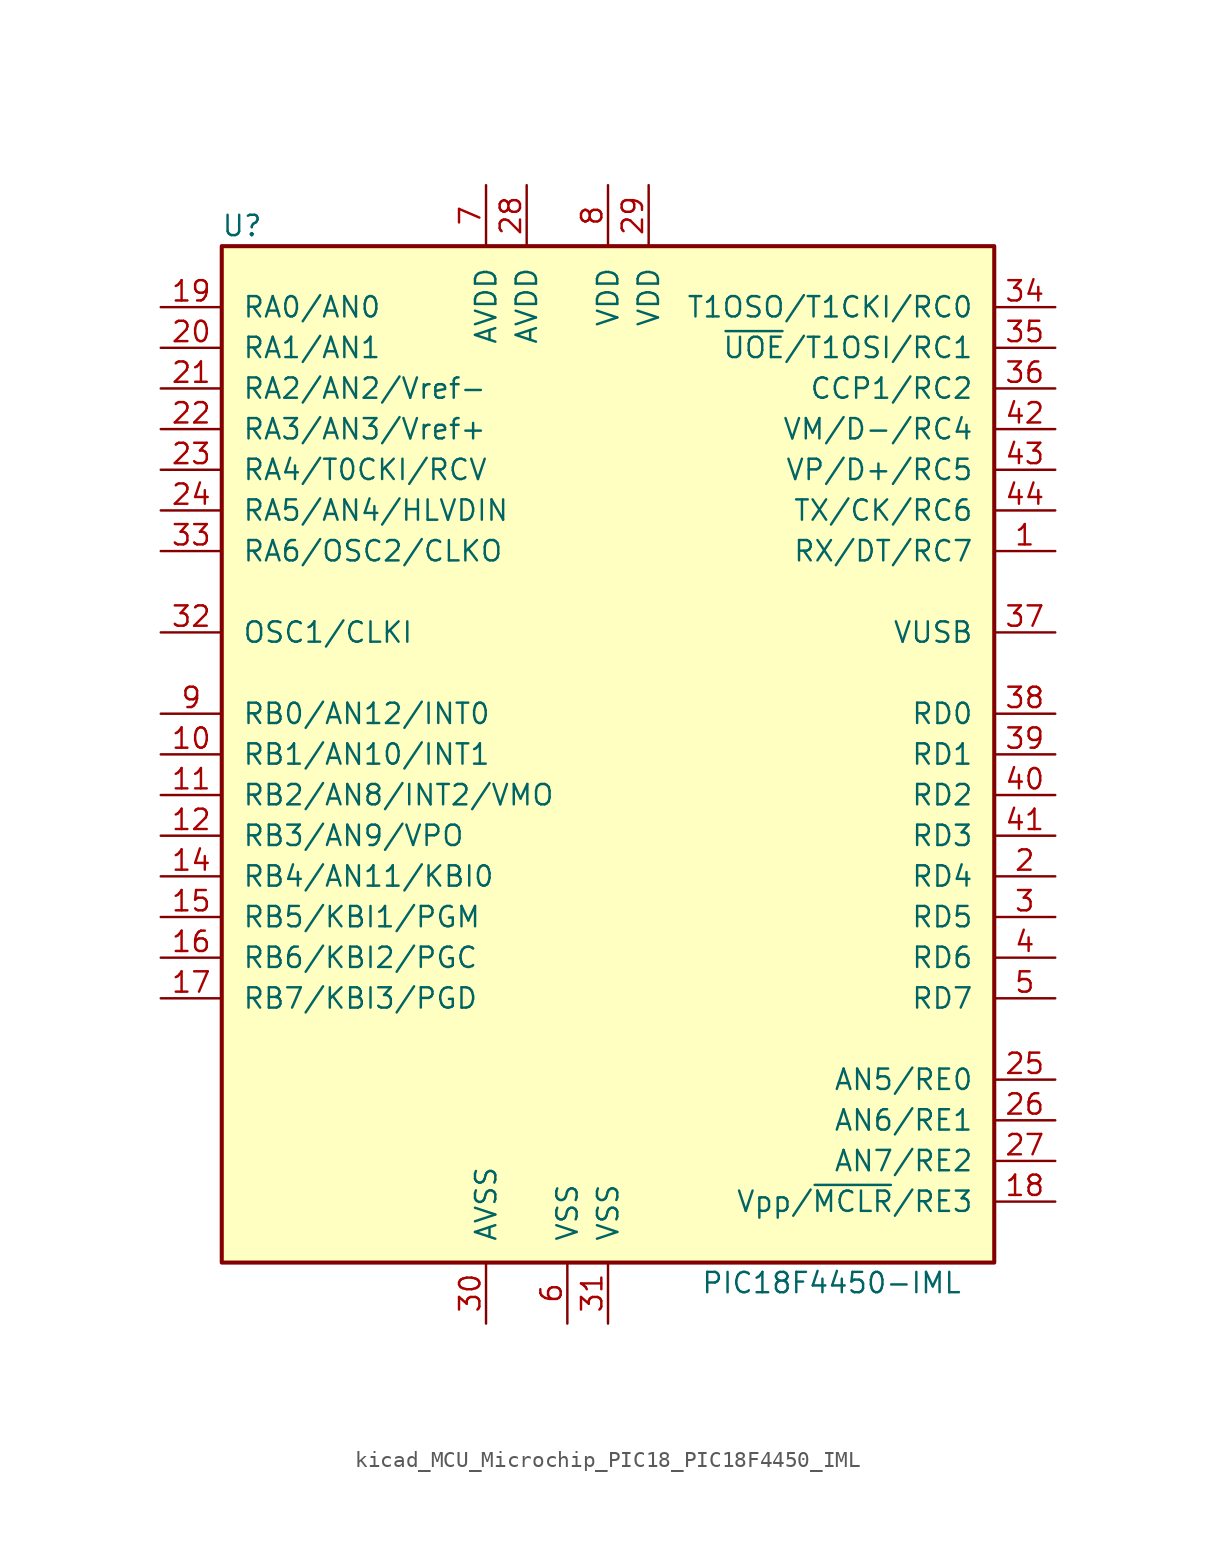
<source format=kicad_sym>
(kicad_symbol_lib
  (version 20220914)
  (generator kicad_symbol_editor)
  (symbol "kicad_MCU_Microchip_PIC18_PIC18F4450_IML"
    (pin_names
      (offset 1.27))
    (property "Reference" "U"
      (at -22.86 33.02 0)
      (effects (font (size 1.27 1.27))))
    (property "Value" "PIC18F4450-IML"
      (at 13.97 -33.02 0)
      (effects (font (size 1.27 1.27))))
    (symbol "kicad_MCU_Microchip_PIC18_PIC18F4450_IML_0_1"
      (rectangle (start -24.13 31.75) (end 24.13 -31.75) (stroke (width 0.254) (type default)) (fill (type background))))
    (symbol "kicad_MCU_Microchip_PIC18_PIC18F4450_IML_1_1"
      (pin bidirectional line (at 27.94 12.7 180) (length 3.81) (name "RX/DT/RC7" (effects (font (size 1.27 1.27)))) (number "1" (effects (font (size 1.27 1.27)))))
      (pin bidirectional line (at -27.94 0 0) (length 3.81) (name "RB1/AN10/INT1" (effects (font (size 1.27 1.27)))) (number "10" (effects (font (size 1.27 1.27)))))
      (pin bidirectional line (at -27.94 -2.54 0) (length 3.81) (name "RB2/AN8/INT2/VMO" (effects (font (size 1.27 1.27)))) (number "11" (effects (font (size 1.27 1.27)))))
      (pin bidirectional line (at -27.94 -5.08 0) (length 3.81) (name "RB3/AN9/VPO" (effects (font (size 1.27 1.27)))) (number "12" (effects (font (size 1.27 1.27)))))
      (pin no_connect line (at -12.7 -31.75 90) (length 3.81) hide (name "NC" (effects (font (size 1.27 1.27)))) (number "13" (effects (font (size 1.27 1.27)))))
      (pin bidirectional line (at -27.94 -7.62 0) (length 3.81) (name "RB4/AN11/KBI0" (effects (font (size 1.27 1.27)))) (number "14" (effects (font (size 1.27 1.27)))))
      (pin bidirectional line (at -27.94 -10.16 0) (length 3.81) (name "RB5/KBI1/PGM" (effects (font (size 1.27 1.27)))) (number "15" (effects (font (size 1.27 1.27)))))
      (pin bidirectional line (at -27.94 -12.7 0) (length 3.81) (name "RB6/KBI2/PGC" (effects (font (size 1.27 1.27)))) (number "16" (effects (font (size 1.27 1.27)))))
      (pin bidirectional line (at -27.94 -15.24 0) (length 3.81) (name "RB7/KBI3/PGD" (effects (font (size 1.27 1.27)))) (number "17" (effects (font (size 1.27 1.27)))))
      (pin input line (at 27.94 -27.94 180) (length 3.81) (name "Vpp/~{MCLR}/RE3" (effects (font (size 1.27 1.27)))) (number "18" (effects (font (size 1.27 1.27)))))
      (pin bidirectional line (at -27.94 27.94 0) (length 3.81) (name "RA0/AN0" (effects (font (size 1.27 1.27)))) (number "19" (effects (font (size 1.27 1.27)))))
      (pin bidirectional line (at 27.94 -7.62 180) (length 3.81) (name "RD4" (effects (font (size 1.27 1.27)))) (number "2" (effects (font (size 1.27 1.27)))))
      (pin bidirectional line (at -27.94 25.4 0) (length 3.81) (name "RA1/AN1" (effects (font (size 1.27 1.27)))) (number "20" (effects (font (size 1.27 1.27)))))
      (pin bidirectional line (at -27.94 22.86 0) (length 3.81) (name "RA2/AN2/Vref-" (effects (font (size 1.27 1.27)))) (number "21" (effects (font (size 1.27 1.27)))))
      (pin bidirectional line (at -27.94 20.32 0) (length 3.81) (name "RA3/AN3/Vref+" (effects (font (size 1.27 1.27)))) (number "22" (effects (font (size 1.27 1.27)))))
      (pin bidirectional line (at -27.94 17.78 0) (length 3.81) (name "RA4/T0CKI/RCV" (effects (font (size 1.27 1.27)))) (number "23" (effects (font (size 1.27 1.27)))))
      (pin bidirectional line (at -27.94 15.24 0) (length 3.81) (name "RA5/AN4/HLVDIN" (effects (font (size 1.27 1.27)))) (number "24" (effects (font (size 1.27 1.27)))))
      (pin bidirectional line (at 27.94 -20.32 180) (length 3.81) (name "AN5/RE0" (effects (font (size 1.27 1.27)))) (number "25" (effects (font (size 1.27 1.27)))))
      (pin bidirectional line (at 27.94 -22.86 180) (length 3.81) (name "AN6/RE1" (effects (font (size 1.27 1.27)))) (number "26" (effects (font (size 1.27 1.27)))))
      (pin bidirectional line (at 27.94 -25.4 180) (length 3.81) (name "AN7/RE2" (effects (font (size 1.27 1.27)))) (number "27" (effects (font (size 1.27 1.27)))))
      (pin power_in line (at -5.08 35.56 270) (length 3.81) (name "AVDD" (effects (font (size 1.27 1.27)))) (number "28" (effects (font (size 1.27 1.27)))))
      (pin power_in line (at 2.54 35.56 270) (length 3.81) (name "VDD" (effects (font (size 1.27 1.27)))) (number "29" (effects (font (size 1.27 1.27)))))
      (pin bidirectional line (at 27.94 -10.16 180) (length 3.81) (name "RD5" (effects (font (size 1.27 1.27)))) (number "3" (effects (font (size 1.27 1.27)))))
      (pin power_in line (at -7.62 -35.56 90) (length 3.81) (name "AVSS" (effects (font (size 1.27 1.27)))) (number "30" (effects (font (size 1.27 1.27)))))
      (pin power_in line (at 0 -35.56 90) (length 3.81) (name "VSS" (effects (font (size 1.27 1.27)))) (number "31" (effects (font (size 1.27 1.27)))))
      (pin input line (at -27.94 7.62 0) (length 3.81) (name "OSC1/CLKI" (effects (font (size 1.27 1.27)))) (number "32" (effects (font (size 1.27 1.27)))))
      (pin output line (at -27.94 12.7 0) (length 3.81) (name "RA6/OSC2/CLKO" (effects (font (size 1.27 1.27)))) (number "33" (effects (font (size 1.27 1.27)))))
      (pin bidirectional line (at 27.94 27.94 180) (length 3.81) (name "T1OSO/T1CKI/RC0" (effects (font (size 1.27 1.27)))) (number "34" (effects (font (size 1.27 1.27)))))
      (pin bidirectional line (at 27.94 25.4 180) (length 3.81) (name "~{UOE}/T1OSI/RC1" (effects (font (size 1.27 1.27)))) (number "35" (effects (font (size 1.27 1.27)))))
      (pin bidirectional line (at 27.94 22.86 180) (length 3.81) (name "CCP1/RC2" (effects (font (size 1.27 1.27)))) (number "36" (effects (font (size 1.27 1.27)))))
      (pin bidirectional line (at 27.94 7.62 180) (length 3.81) (name "VUSB" (effects (font (size 1.27 1.27)))) (number "37" (effects (font (size 1.27 1.27)))))
      (pin bidirectional line (at 27.94 2.54 180) (length 3.81) (name "RD0" (effects (font (size 1.27 1.27)))) (number "38" (effects (font (size 1.27 1.27)))))
      (pin bidirectional line (at 27.94 0 180) (length 3.81) (name "RD1" (effects (font (size 1.27 1.27)))) (number "39" (effects (font (size 1.27 1.27)))))
      (pin bidirectional line (at 27.94 -12.7 180) (length 3.81) (name "RD6" (effects (font (size 1.27 1.27)))) (number "4" (effects (font (size 1.27 1.27)))))
      (pin bidirectional line (at 27.94 -2.54 180) (length 3.81) (name "RD2" (effects (font (size 1.27 1.27)))) (number "40" (effects (font (size 1.27 1.27)))))
      (pin bidirectional line (at 27.94 -5.08 180) (length 3.81) (name "RD3" (effects (font (size 1.27 1.27)))) (number "41" (effects (font (size 1.27 1.27)))))
      (pin bidirectional line (at 27.94 20.32 180) (length 3.81) (name "VM/D-/RC4" (effects (font (size 1.27 1.27)))) (number "42" (effects (font (size 1.27 1.27)))))
      (pin bidirectional line (at 27.94 17.78 180) (length 3.81) (name "VP/D+/RC5" (effects (font (size 1.27 1.27)))) (number "43" (effects (font (size 1.27 1.27)))))
      (pin bidirectional line (at 27.94 15.24 180) (length 3.81) (name "TX/CK/RC6" (effects (font (size 1.27 1.27)))) (number "44" (effects (font (size 1.27 1.27)))))
      (pin bidirectional line (at 27.94 -15.24 180) (length 3.81) (name "RD7" (effects (font (size 1.27 1.27)))) (number "5" (effects (font (size 1.27 1.27)))))
      (pin power_in line (at -2.54 -35.56 90) (length 3.81) (name "VSS" (effects (font (size 1.27 1.27)))) (number "6" (effects (font (size 1.27 1.27)))))
      (pin power_in line (at -7.62 35.56 270) (length 3.81) (name "AVDD" (effects (font (size 1.27 1.27)))) (number "7" (effects (font (size 1.27 1.27)))))
      (pin power_in line (at 0 35.56 270) (length 3.81) (name "VDD" (effects (font (size 1.27 1.27)))) (number "8" (effects (font (size 1.27 1.27)))))
      (pin bidirectional line (at -27.94 2.54 0) (length 3.81) (name "RB0/AN12/INT0" (effects (font (size 1.27 1.27)))) (number "9" (effects (font (size 1.27 1.27))))))))
</source>
